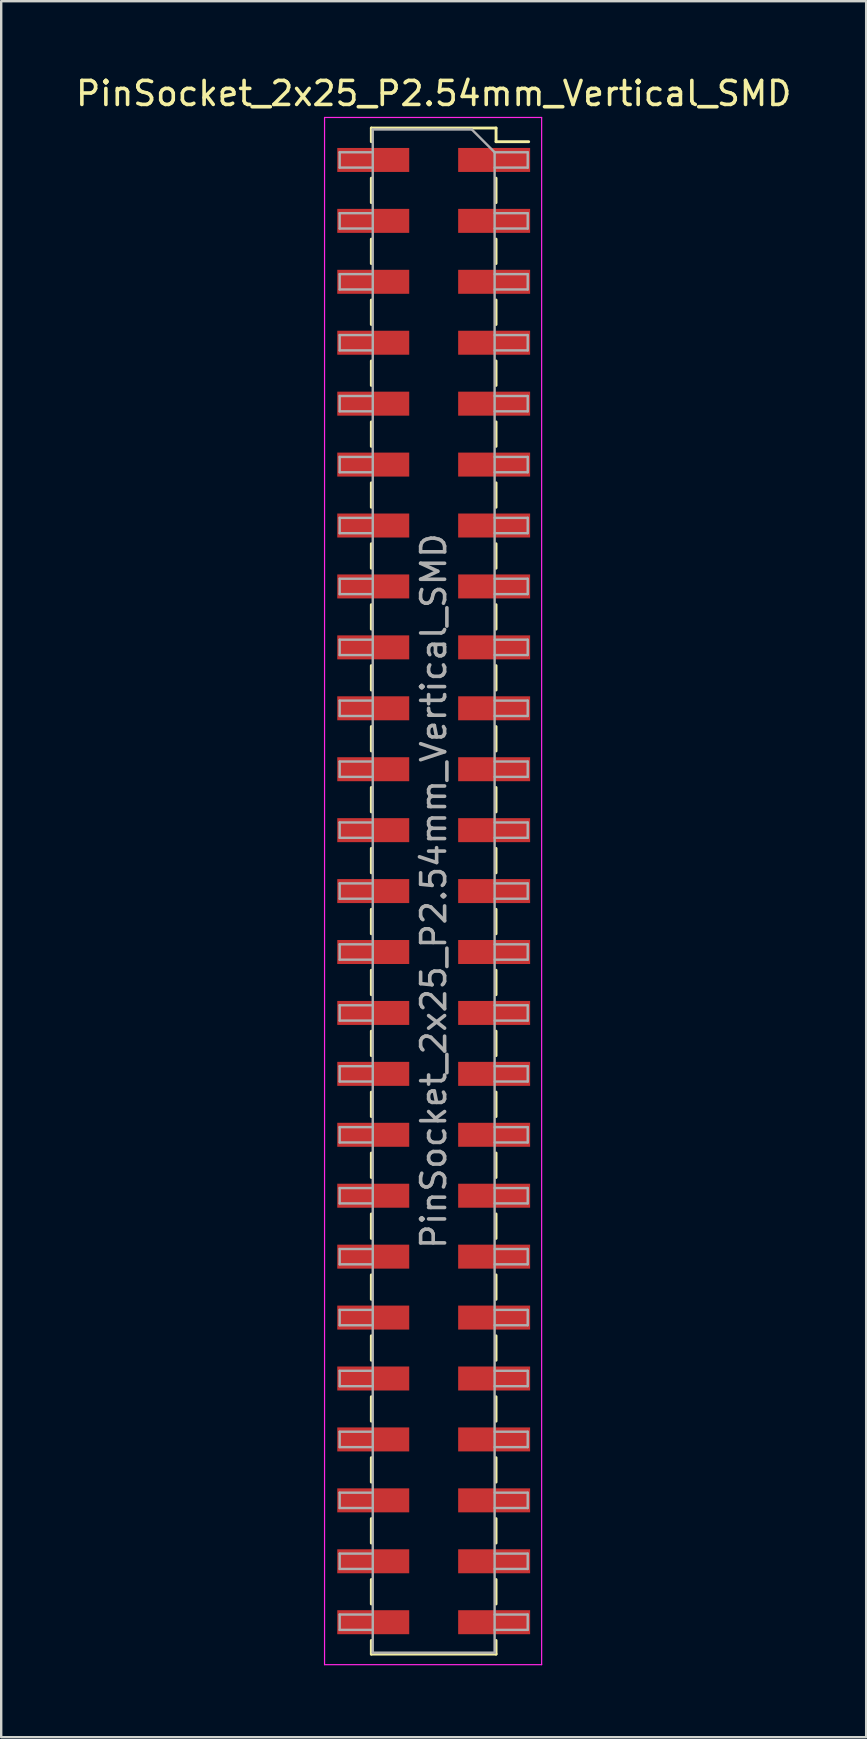
<source format=kicad_pcb>
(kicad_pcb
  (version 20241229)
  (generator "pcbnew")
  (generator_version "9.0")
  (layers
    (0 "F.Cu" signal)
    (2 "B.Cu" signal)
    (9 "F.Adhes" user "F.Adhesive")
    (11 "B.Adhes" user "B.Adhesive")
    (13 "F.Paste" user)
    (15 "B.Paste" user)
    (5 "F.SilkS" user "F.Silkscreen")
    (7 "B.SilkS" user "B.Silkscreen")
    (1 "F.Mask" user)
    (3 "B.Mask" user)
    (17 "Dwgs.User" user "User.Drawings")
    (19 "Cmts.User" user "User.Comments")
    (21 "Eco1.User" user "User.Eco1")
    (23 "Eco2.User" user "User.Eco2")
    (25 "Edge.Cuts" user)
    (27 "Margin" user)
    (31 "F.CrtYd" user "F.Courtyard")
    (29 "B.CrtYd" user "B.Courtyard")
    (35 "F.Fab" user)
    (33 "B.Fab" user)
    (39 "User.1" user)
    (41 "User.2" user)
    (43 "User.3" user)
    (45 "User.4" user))
  (footprint "PinSocket_2x25_P2.54mm_Vertical_SMD"
    (layer "F.Cu")
    (at 15.03 34.098)
    (property "Reference" "PinSocket_2x25_P2.54mm_Vertical_SMD" (at 0 -33.25 0) (layer "F.SilkS") (effects (font (size 1 1) (thickness 0.15))))
    (attr smd)
    (fp_line (start -2.6 -31.81) (end -2.6 -31.24) (stroke (width 0.12) (type solid)) (layer "F.SilkS"))
    (fp_line (start -2.6 -31.81) (end 2.6 -31.81) (stroke (width 0.12) (type solid)) (layer "F.SilkS"))
    (fp_line (start -2.6 -29.72) (end -2.6 -28.7) (stroke (width 0.12) (type solid)) (layer "F.SilkS"))
    (fp_line (start -2.6 -27.18) (end -2.6 -26.16) (stroke (width 0.12) (type solid)) (layer "F.SilkS"))
    (fp_line (start -2.6 -24.64) (end -2.6 -23.62) (stroke (width 0.12) (type solid)) (layer "F.SilkS"))
    (fp_line (start -2.6 -22.1) (end -2.6 -21.08) (stroke (width 0.12) (type solid)) (layer "F.SilkS"))
    (fp_line (start -2.6 -19.56) (end -2.6 -18.54) (stroke (width 0.12) (type solid)) (layer "F.SilkS"))
    (fp_line (start -2.6 -17.02) (end -2.6 -16) (stroke (width 0.12) (type solid)) (layer "F.SilkS"))
    (fp_line (start -2.6 -14.48) (end -2.6 -13.46) (stroke (width 0.12) (type solid)) (layer "F.SilkS"))
    (fp_line (start -2.6 -11.94) (end -2.6 -10.92) (stroke (width 0.12) (type solid)) (layer "F.SilkS"))
    (fp_line (start -2.6 -9.4) (end -2.6 -8.38) (stroke (width 0.12) (type solid)) (layer "F.SilkS"))
    (fp_line (start -2.6 -6.86) (end -2.6 -5.84) (stroke (width 0.12) (type solid)) (layer "F.SilkS"))
    (fp_line (start -2.6 -4.32) (end -2.6 -3.3) (stroke (width 0.12) (type solid)) (layer "F.SilkS"))
    (fp_line (start -2.6 -1.78) (end -2.6 -0.76) (stroke (width 0.12) (type solid)) (layer "F.SilkS"))
    (fp_line (start -2.6 0.76) (end -2.6 1.78) (stroke (width 0.12) (type solid)) (layer "F.SilkS"))
    (fp_line (start -2.6 3.3) (end -2.6 4.32) (stroke (width 0.12) (type solid)) (layer "F.SilkS"))
    (fp_line (start -2.6 5.84) (end -2.6 6.86) (stroke (width 0.12) (type solid)) (layer "F.SilkS"))
    (fp_line (start -2.6 8.38) (end -2.6 9.4) (stroke (width 0.12) (type solid)) (layer "F.SilkS"))
    (fp_line (start -2.6 10.92) (end -2.6 11.94) (stroke (width 0.12) (type solid)) (layer "F.SilkS"))
    (fp_line (start -2.6 13.46) (end -2.6 14.48) (stroke (width 0.12) (type solid)) (layer "F.SilkS"))
    (fp_line (start -2.6 16) (end -2.6 17.02) (stroke (width 0.12) (type solid)) (layer "F.SilkS"))
    (fp_line (start -2.6 18.54) (end -2.6 19.56) (stroke (width 0.12) (type solid)) (layer "F.SilkS"))
    (fp_line (start -2.6 21.08) (end -2.6 22.1) (stroke (width 0.12) (type solid)) (layer "F.SilkS"))
    (fp_line (start -2.6 23.62) (end -2.6 24.64) (stroke (width 0.12) (type solid)) (layer "F.SilkS"))
    (fp_line (start -2.6 26.16) (end -2.6 27.18) (stroke (width 0.12) (type solid)) (layer "F.SilkS"))
    (fp_line (start -2.6 28.7) (end -2.6 29.72) (stroke (width 0.12) (type solid)) (layer "F.SilkS"))
    (fp_line (start -2.6 31.24) (end -2.6 31.81) (stroke (width 0.12) (type solid)) (layer "F.SilkS"))
    (fp_line (start -2.6 31.81) (end 2.6 31.81) (stroke (width 0.12) (type solid)) (layer "F.SilkS"))
    (fp_line (start 2.6 -31.81) (end 2.6 -31.24) (stroke (width 0.12) (type solid)) (layer "F.SilkS"))
    (fp_line (start 2.6 -31.24) (end 3.96 -31.24) (stroke (width 0.12) (type solid)) (layer "F.SilkS"))
    (fp_line (start 2.6 -29.72) (end 2.6 -28.7) (stroke (width 0.12) (type solid)) (layer "F.SilkS"))
    (fp_line (start 2.6 -27.18) (end 2.6 -26.16) (stroke (width 0.12) (type solid)) (layer "F.SilkS"))
    (fp_line (start 2.6 -24.64) (end 2.6 -23.62) (stroke (width 0.12) (type solid)) (layer "F.SilkS"))
    (fp_line (start 2.6 -22.1) (end 2.6 -21.08) (stroke (width 0.12) (type solid)) (layer "F.SilkS"))
    (fp_line (start 2.6 -19.56) (end 2.6 -18.54) (stroke (width 0.12) (type solid)) (layer "F.SilkS"))
    (fp_line (start 2.6 -17.02) (end 2.6 -16) (stroke (width 0.12) (type solid)) (layer "F.SilkS"))
    (fp_line (start 2.6 -14.48) (end 2.6 -13.46) (stroke (width 0.12) (type solid)) (layer "F.SilkS"))
    (fp_line (start 2.6 -11.94) (end 2.6 -10.92) (stroke (width 0.12) (type solid)) (layer "F.SilkS"))
    (fp_line (start 2.6 -9.4) (end 2.6 -8.38) (stroke (width 0.12) (type solid)) (layer "F.SilkS"))
    (fp_line (start 2.6 -6.86) (end 2.6 -5.84) (stroke (width 0.12) (type solid)) (layer "F.SilkS"))
    (fp_line (start 2.6 -4.32) (end 2.6 -3.3) (stroke (width 0.12) (type solid)) (layer "F.SilkS"))
    (fp_line (start 2.6 -1.78) (end 2.6 -0.76) (stroke (width 0.12) (type solid)) (layer "F.SilkS"))
    (fp_line (start 2.6 0.76) (end 2.6 1.78) (stroke (width 0.12) (type solid)) (layer "F.SilkS"))
    (fp_line (start 2.6 3.3) (end 2.6 4.32) (stroke (width 0.12) (type solid)) (layer "F.SilkS"))
    (fp_line (start 2.6 5.84) (end 2.6 6.86) (stroke (width 0.12) (type solid)) (layer "F.SilkS"))
    (fp_line (start 2.6 8.38) (end 2.6 9.4) (stroke (width 0.12) (type solid)) (layer "F.SilkS"))
    (fp_line (start 2.6 10.92) (end 2.6 11.94) (stroke (width 0.12) (type solid)) (layer "F.SilkS"))
    (fp_line (start 2.6 13.46) (end 2.6 14.48) (stroke (width 0.12) (type solid)) (layer "F.SilkS"))
    (fp_line (start 2.6 16) (end 2.6 17.02) (stroke (width 0.12) (type solid)) (layer "F.SilkS"))
    (fp_line (start 2.6 18.54) (end 2.6 19.56) (stroke (width 0.12) (type solid)) (layer "F.SilkS"))
    (fp_line (start 2.6 21.08) (end 2.6 22.1) (stroke (width 0.12) (type solid)) (layer "F.SilkS"))
    (fp_line (start 2.6 23.62) (end 2.6 24.64) (stroke (width 0.12) (type solid)) (layer "F.SilkS"))
    (fp_line (start 2.6 26.16) (end 2.6 27.18) (stroke (width 0.12) (type solid)) (layer "F.SilkS"))
    (fp_line (start 2.6 28.7) (end 2.6 29.72) (stroke (width 0.12) (type solid)) (layer "F.SilkS"))
    (fp_line (start 2.6 31.24) (end 2.6 31.81) (stroke (width 0.12) (type solid)) (layer "F.SilkS"))
    (fp_line (start -4.55 -32.25) (end 4.5 -32.25) (stroke (width 0.05) (type solid)) (layer "F.CrtYd"))
    (fp_line (start -4.55 32.25) (end -4.55 -32.25) (stroke (width 0.05) (type solid)) (layer "F.CrtYd"))
    (fp_line (start 4.5 -32.25) (end 4.5 32.25) (stroke (width 0.05) (type solid)) (layer "F.CrtYd"))
    (fp_line (start 4.5 32.25) (end -4.55 32.25) (stroke (width 0.05) (type solid)) (layer "F.CrtYd"))
    (fp_line (start -3.92 -30.8) (end -2.54 -30.8) (stroke (width 0.1) (type solid)) (layer "F.Fab"))
    (fp_line (start -3.92 -30.16) (end -3.92 -30.8) (stroke (width 0.1) (type solid)) (layer "F.Fab"))
    (fp_line (start -3.92 -28.26) (end -2.54 -28.26) (stroke (width 0.1) (type solid)) (layer "F.Fab"))
    (fp_line (start -3.92 -27.62) (end -3.92 -28.26) (stroke (width 0.1) (type solid)) (layer "F.Fab"))
    (fp_line (start -3.92 -25.72) (end -2.54 -25.72) (stroke (width 0.1) (type solid)) (layer "F.Fab"))
    (fp_line (start -3.92 -25.08) (end -3.92 -25.72) (stroke (width 0.1) (type solid)) (layer "F.Fab"))
    (fp_line (start -3.92 -23.18) (end -2.54 -23.18) (stroke (width 0.1) (type solid)) (layer "F.Fab"))
    (fp_line (start -3.92 -22.54) (end -3.92 -23.18) (stroke (width 0.1) (type solid)) (layer "F.Fab"))
    (fp_line (start -3.92 -20.64) (end -2.54 -20.64) (stroke (width 0.1) (type solid)) (layer "F.Fab"))
    (fp_line (start -3.92 -20) (end -3.92 -20.64) (stroke (width 0.1) (type solid)) (layer "F.Fab"))
    (fp_line (start -3.92 -18.1) (end -2.54 -18.1) (stroke (width 0.1) (type solid)) (layer "F.Fab"))
    (fp_line (start -3.92 -17.46) (end -3.92 -18.1) (stroke (width 0.1) (type solid)) (layer "F.Fab"))
    (fp_line (start -3.92 -15.56) (end -2.54 -15.56) (stroke (width 0.1) (type solid)) (layer "F.Fab"))
    (fp_line (start -3.92 -14.92) (end -3.92 -15.56) (stroke (width 0.1) (type solid)) (layer "F.Fab"))
    (fp_line (start -3.92 -13.02) (end -2.54 -13.02) (stroke (width 0.1) (type solid)) (layer "F.Fab"))
    (fp_line (start -3.92 -12.38) (end -3.92 -13.02) (stroke (width 0.1) (type solid)) (layer "F.Fab"))
    (fp_line (start -3.92 -10.48) (end -2.54 -10.48) (stroke (width 0.1) (type solid)) (layer "F.Fab"))
    (fp_line (start -3.92 -9.84) (end -3.92 -10.48) (stroke (width 0.1) (type solid)) (layer "F.Fab"))
    (fp_line (start -3.92 -7.94) (end -2.54 -7.94) (stroke (width 0.1) (type solid)) (layer "F.Fab"))
    (fp_line (start -3.92 -7.3) (end -3.92 -7.94) (stroke (width 0.1) (type solid)) (layer "F.Fab"))
    (fp_line (start -3.92 -5.4) (end -2.54 -5.4) (stroke (width 0.1) (type solid)) (layer "F.Fab"))
    (fp_line (start -3.92 -4.76) (end -3.92 -5.4) (stroke (width 0.1) (type solid)) (layer "F.Fab"))
    (fp_line (start -3.92 -2.86) (end -2.54 -2.86) (stroke (width 0.1) (type solid)) (layer "F.Fab"))
    (fp_line (start -3.92 -2.22) (end -3.92 -2.86) (stroke (width 0.1) (type solid)) (layer "F.Fab"))
    (fp_line (start -3.92 -0.32) (end -2.54 -0.32) (stroke (width 0.1) (type solid)) (layer "F.Fab"))
    (fp_line (start -3.92 0.32) (end -3.92 -0.32) (stroke (width 0.1) (type solid)) (layer "F.Fab"))
    (fp_line (start -3.92 2.22) (end -2.54 2.22) (stroke (width 0.1) (type solid)) (layer "F.Fab"))
    (fp_line (start -3.92 2.86) (end -3.92 2.22) (stroke (width 0.1) (type solid)) (layer "F.Fab"))
    (fp_line (start -3.92 4.76) (end -2.54 4.76) (stroke (width 0.1) (type solid)) (layer "F.Fab"))
    (fp_line (start -3.92 5.4) (end -3.92 4.76) (stroke (width 0.1) (type solid)) (layer "F.Fab"))
    (fp_line (start -3.92 7.3) (end -2.54 7.3) (stroke (width 0.1) (type solid)) (layer "F.Fab"))
    (fp_line (start -3.92 7.94) (end -3.92 7.3) (stroke (width 0.1) (type solid)) (layer "F.Fab"))
    (fp_line (start -3.92 9.84) (end -2.54 9.84) (stroke (width 0.1) (type solid)) (layer "F.Fab"))
    (fp_line (start -3.92 10.48) (end -3.92 9.84) (stroke (width 0.1) (type solid)) (layer "F.Fab"))
    (fp_line (start -3.92 12.38) (end -2.54 12.38) (stroke (width 0.1) (type solid)) (layer "F.Fab"))
    (fp_line (start -3.92 13.02) (end -3.92 12.38) (stroke (width 0.1) (type solid)) (layer "F.Fab"))
    (fp_line (start -3.92 14.92) (end -2.54 14.92) (stroke (width 0.1) (type solid)) (layer "F.Fab"))
    (fp_line (start -3.92 15.56) (end -3.92 14.92) (stroke (width 0.1) (type solid)) (layer "F.Fab"))
    (fp_line (start -3.92 17.46) (end -2.54 17.46) (stroke (width 0.1) (type solid)) (layer "F.Fab"))
    (fp_line (start -3.92 18.1) (end -3.92 17.46) (stroke (width 0.1) (type solid)) (layer "F.Fab"))
    (fp_line (start -3.92 20) (end -2.54 20) (stroke (width 0.1) (type solid)) (layer "F.Fab"))
    (fp_line (start -3.92 20.64) (end -3.92 20) (stroke (width 0.1) (type solid)) (layer "F.Fab"))
    (fp_line (start -3.92 22.54) (end -2.54 22.54) (stroke (width 0.1) (type solid)) (layer "F.Fab"))
    (fp_line (start -3.92 23.18) (end -3.92 22.54) (stroke (width 0.1) (type solid)) (layer "F.Fab"))
    (fp_line (start -3.92 25.08) (end -2.54 25.08) (stroke (width 0.1) (type solid)) (layer "F.Fab"))
    (fp_line (start -3.92 25.72) (end -3.92 25.08) (stroke (width 0.1) (type solid)) (layer "F.Fab"))
    (fp_line (start -3.92 27.62) (end -2.54 27.62) (stroke (width 0.1) (type solid)) (layer "F.Fab"))
    (fp_line (start -3.92 28.26) (end -3.92 27.62) (stroke (width 0.1) (type solid)) (layer "F.Fab"))
    (fp_line (start -3.92 30.16) (end -2.54 30.16) (stroke (width 0.1) (type solid)) (layer "F.Fab"))
    (fp_line (start -3.92 30.8) (end -3.92 30.16) (stroke (width 0.1) (type solid)) (layer "F.Fab"))
    (fp_line (start -2.54 -31.75) (end 1.59 -31.75) (stroke (width 0.1) (type solid)) (layer "F.Fab"))
    (fp_line (start -2.54 -30.16) (end -3.92 -30.16) (stroke (width 0.1) (type solid)) (layer "F.Fab"))
    (fp_line (start -2.54 -27.62) (end -3.92 -27.62) (stroke (width 0.1) (type solid)) (layer "F.Fab"))
    (fp_line (start -2.54 -25.08) (end -3.92 -25.08) (stroke (width 0.1) (type solid)) (layer "F.Fab"))
    (fp_line (start -2.54 -22.54) (end -3.92 -22.54) (stroke (width 0.1) (type solid)) (layer "F.Fab"))
    (fp_line (start -2.54 -20) (end -3.92 -20) (stroke (width 0.1) (type solid)) (layer "F.Fab"))
    (fp_line (start -2.54 -17.46) (end -3.92 -17.46) (stroke (width 0.1) (type solid)) (layer "F.Fab"))
    (fp_line (start -2.54 -14.92) (end -3.92 -14.92) (stroke (width 0.1) (type solid)) (layer "F.Fab"))
    (fp_line (start -2.54 -12.38) (end -3.92 -12.38) (stroke (width 0.1) (type solid)) (layer "F.Fab"))
    (fp_line (start -2.54 -9.84) (end -3.92 -9.84) (stroke (width 0.1) (type solid)) (layer "F.Fab"))
    (fp_line (start -2.54 -7.3) (end -3.92 -7.3) (stroke (width 0.1) (type solid)) (layer "F.Fab"))
    (fp_line (start -2.54 -4.76) (end -3.92 -4.76) (stroke (width 0.1) (type solid)) (layer "F.Fab"))
    (fp_line (start -2.54 -2.22) (end -3.92 -2.22) (stroke (width 0.1) (type solid)) (layer "F.Fab"))
    (fp_line (start -2.54 0.32) (end -3.92 0.32) (stroke (width 0.1) (type solid)) (layer "F.Fab"))
    (fp_line (start -2.54 2.86) (end -3.92 2.86) (stroke (width 0.1) (type solid)) (layer "F.Fab"))
    (fp_line (start -2.54 5.4) (end -3.92 5.4) (stroke (width 0.1) (type solid)) (layer "F.Fab"))
    (fp_line (start -2.54 7.94) (end -3.92 7.94) (stroke (width 0.1) (type solid)) (layer "F.Fab"))
    (fp_line (start -2.54 10.48) (end -3.92 10.48) (stroke (width 0.1) (type solid)) (layer "F.Fab"))
    (fp_line (start -2.54 13.02) (end -3.92 13.02) (stroke (width 0.1) (type solid)) (layer "F.Fab"))
    (fp_line (start -2.54 15.56) (end -3.92 15.56) (stroke (width 0.1) (type solid)) (layer "F.Fab"))
    (fp_line (start -2.54 18.1) (end -3.92 18.1) (stroke (width 0.1) (type solid)) (layer "F.Fab"))
    (fp_line (start -2.54 20.64) (end -3.92 20.64) (stroke (width 0.1) (type solid)) (layer "F.Fab"))
    (fp_line (start -2.54 23.18) (end -3.92 23.18) (stroke (width 0.1) (type solid)) (layer "F.Fab"))
    (fp_line (start -2.54 25.72) (end -3.92 25.72) (stroke (width 0.1) (type solid)) (layer "F.Fab"))
    (fp_line (start -2.54 28.26) (end -3.92 28.26) (stroke (width 0.1) (type solid)) (layer "F.Fab"))
    (fp_line (start -2.54 30.8) (end -3.92 30.8) (stroke (width 0.1) (type solid)) (layer "F.Fab"))
    (fp_line (start -2.54 31.75) (end -2.54 -31.75) (stroke (width 0.1) (type solid)) (layer "F.Fab"))
    (fp_line (start 1.59 -31.75) (end 2.54 -30.8) (stroke (width 0.1) (type solid)) (layer "F.Fab"))
    (fp_line (start 2.54 -30.8) (end 2.54 31.75) (stroke (width 0.1) (type solid)) (layer "F.Fab"))
    (fp_line (start 2.54 -30.8) (end 3.92 -30.8) (stroke (width 0.1) (type solid)) (layer "F.Fab"))
    (fp_line (start 2.54 -28.26) (end 3.92 -28.26) (stroke (width 0.1) (type solid)) (layer "F.Fab"))
    (fp_line (start 2.54 -25.72) (end 3.92 -25.72) (stroke (width 0.1) (type solid)) (layer "F.Fab"))
    (fp_line (start 2.54 -23.18) (end 3.92 -23.18) (stroke (width 0.1) (type solid)) (layer "F.Fab"))
    (fp_line (start 2.54 -20.64) (end 3.92 -20.64) (stroke (width 0.1) (type solid)) (layer "F.Fab"))
    (fp_line (start 2.54 -18.1) (end 3.92 -18.1) (stroke (width 0.1) (type solid)) (layer "F.Fab"))
    (fp_line (start 2.54 -15.56) (end 3.92 -15.56) (stroke (width 0.1) (type solid)) (layer "F.Fab"))
    (fp_line (start 2.54 -13.02) (end 3.92 -13.02) (stroke (width 0.1) (type solid)) (layer "F.Fab"))
    (fp_line (start 2.54 -10.48) (end 3.92 -10.48) (stroke (width 0.1) (type solid)) (layer "F.Fab"))
    (fp_line (start 2.54 -7.94) (end 3.92 -7.94) (stroke (width 0.1) (type solid)) (layer "F.Fab"))
    (fp_line (start 2.54 -5.4) (end 3.92 -5.4) (stroke (width 0.1) (type solid)) (layer "F.Fab"))
    (fp_line (start 2.54 -2.86) (end 3.92 -2.86) (stroke (width 0.1) (type solid)) (layer "F.Fab"))
    (fp_line (start 2.54 -0.32) (end 3.92 -0.32) (stroke (width 0.1) (type solid)) (layer "F.Fab"))
    (fp_line (start 2.54 2.22) (end 3.92 2.22) (stroke (width 0.1) (type solid)) (layer "F.Fab"))
    (fp_line (start 2.54 4.76) (end 3.92 4.76) (stroke (width 0.1) (type solid)) (layer "F.Fab"))
    (fp_line (start 2.54 7.3) (end 3.92 7.3) (stroke (width 0.1) (type solid)) (layer "F.Fab"))
    (fp_line (start 2.54 9.84) (end 3.92 9.84) (stroke (width 0.1) (type solid)) (layer "F.Fab"))
    (fp_line (start 2.54 12.38) (end 3.92 12.38) (stroke (width 0.1) (type solid)) (layer "F.Fab"))
    (fp_line (start 2.54 14.92) (end 3.92 14.92) (stroke (width 0.1) (type solid)) (layer "F.Fab"))
    (fp_line (start 2.54 17.46) (end 3.92 17.46) (stroke (width 0.1) (type solid)) (layer "F.Fab"))
    (fp_line (start 2.54 20) (end 3.92 20) (stroke (width 0.1) (type solid)) (layer "F.Fab"))
    (fp_line (start 2.54 22.54) (end 3.92 22.54) (stroke (width 0.1) (type solid)) (layer "F.Fab"))
    (fp_line (start 2.54 25.08) (end 3.92 25.08) (stroke (width 0.1) (type solid)) (layer "F.Fab"))
    (fp_line (start 2.54 27.62) (end 3.92 27.62) (stroke (width 0.1) (type solid)) (layer "F.Fab"))
    (fp_line (start 2.54 30.16) (end 3.92 30.16) (stroke (width 0.1) (type solid)) (layer "F.Fab"))
    (fp_line (start 2.54 31.75) (end -2.54 31.75) (stroke (width 0.1) (type solid)) (layer "F.Fab"))
    (fp_line (start 3.92 -30.8) (end 3.92 -30.16) (stroke (width 0.1) (type solid)) (layer "F.Fab"))
    (fp_line (start 3.92 -30.16) (end 2.54 -30.16) (stroke (width 0.1) (type solid)) (layer "F.Fab"))
    (fp_line (start 3.92 -28.26) (end 3.92 -27.62) (stroke (width 0.1) (type solid)) (layer "F.Fab"))
    (fp_line (start 3.92 -27.62) (end 2.54 -27.62) (stroke (width 0.1) (type solid)) (layer "F.Fab"))
    (fp_line (start 3.92 -25.72) (end 3.92 -25.08) (stroke (width 0.1) (type solid)) (layer "F.Fab"))
    (fp_line (start 3.92 -25.08) (end 2.54 -25.08) (stroke (width 0.1) (type solid)) (layer "F.Fab"))
    (fp_line (start 3.92 -23.18) (end 3.92 -22.54) (stroke (width 0.1) (type solid)) (layer "F.Fab"))
    (fp_line (start 3.92 -22.54) (end 2.54 -22.54) (stroke (width 0.1) (type solid)) (layer "F.Fab"))
    (fp_line (start 3.92 -20.64) (end 3.92 -20) (stroke (width 0.1) (type solid)) (layer "F.Fab"))
    (fp_line (start 3.92 -20) (end 2.54 -20) (stroke (width 0.1) (type solid)) (layer "F.Fab"))
    (fp_line (start 3.92 -18.1) (end 3.92 -17.46) (stroke (width 0.1) (type solid)) (layer "F.Fab"))
    (fp_line (start 3.92 -17.46) (end 2.54 -17.46) (stroke (width 0.1) (type solid)) (layer "F.Fab"))
    (fp_line (start 3.92 -15.56) (end 3.92 -14.92) (stroke (width 0.1) (type solid)) (layer "F.Fab"))
    (fp_line (start 3.92 -14.92) (end 2.54 -14.92) (stroke (width 0.1) (type solid)) (layer "F.Fab"))
    (fp_line (start 3.92 -13.02) (end 3.92 -12.38) (stroke (width 0.1) (type solid)) (layer "F.Fab"))
    (fp_line (start 3.92 -12.38) (end 2.54 -12.38) (stroke (width 0.1) (type solid)) (layer "F.Fab"))
    (fp_line (start 3.92 -10.48) (end 3.92 -9.84) (stroke (width 0.1) (type solid)) (layer "F.Fab"))
    (fp_line (start 3.92 -9.84) (end 2.54 -9.84) (stroke (width 0.1) (type solid)) (layer "F.Fab"))
    (fp_line (start 3.92 -7.94) (end 3.92 -7.3) (stroke (width 0.1) (type solid)) (layer "F.Fab"))
    (fp_line (start 3.92 -7.3) (end 2.54 -7.3) (stroke (width 0.1) (type solid)) (layer "F.Fab"))
    (fp_line (start 3.92 -5.4) (end 3.92 -4.76) (stroke (width 0.1) (type solid)) (layer "F.Fab"))
    (fp_line (start 3.92 -4.76) (end 2.54 -4.76) (stroke (width 0.1) (type solid)) (layer "F.Fab"))
    (fp_line (start 3.92 -2.86) (end 3.92 -2.22) (stroke (width 0.1) (type solid)) (layer "F.Fab"))
    (fp_line (start 3.92 -2.22) (end 2.54 -2.22) (stroke (width 0.1) (type solid)) (layer "F.Fab"))
    (fp_line (start 3.92 -0.32) (end 3.92 0.32) (stroke (width 0.1) (type solid)) (layer "F.Fab"))
    (fp_line (start 3.92 0.32) (end 2.54 0.32) (stroke (width 0.1) (type solid)) (layer "F.Fab"))
    (fp_line (start 3.92 2.22) (end 3.92 2.86) (stroke (width 0.1) (type solid)) (layer "F.Fab"))
    (fp_line (start 3.92 2.86) (end 2.54 2.86) (stroke (width 0.1) (type solid)) (layer "F.Fab"))
    (fp_line (start 3.92 4.76) (end 3.92 5.4) (stroke (width 0.1) (type solid)) (layer "F.Fab"))
    (fp_line (start 3.92 5.4) (end 2.54 5.4) (stroke (width 0.1) (type solid)) (layer "F.Fab"))
    (fp_line (start 3.92 7.3) (end 3.92 7.94) (stroke (width 0.1) (type solid)) (layer "F.Fab"))
    (fp_line (start 3.92 7.94) (end 2.54 7.94) (stroke (width 0.1) (type solid)) (layer "F.Fab"))
    (fp_line (start 3.92 9.84) (end 3.92 10.48) (stroke (width 0.1) (type solid)) (layer "F.Fab"))
    (fp_line (start 3.92 10.48) (end 2.54 10.48) (stroke (width 0.1) (type solid)) (layer "F.Fab"))
    (fp_line (start 3.92 12.38) (end 3.92 13.02) (stroke (width 0.1) (type solid)) (layer "F.Fab"))
    (fp_line (start 3.92 13.02) (end 2.54 13.02) (stroke (width 0.1) (type solid)) (layer "F.Fab"))
    (fp_line (start 3.92 14.92) (end 3.92 15.56) (stroke (width 0.1) (type solid)) (layer "F.Fab"))
    (fp_line (start 3.92 15.56) (end 2.54 15.56) (stroke (width 0.1) (type solid)) (layer "F.Fab"))
    (fp_line (start 3.92 17.46) (end 3.92 18.1) (stroke (width 0.1) (type solid)) (layer "F.Fab"))
    (fp_line (start 3.92 18.1) (end 2.54 18.1) (stroke (width 0.1) (type solid)) (layer "F.Fab"))
    (fp_line (start 3.92 20) (end 3.92 20.64) (stroke (width 0.1) (type solid)) (layer "F.Fab"))
    (fp_line (start 3.92 20.64) (end 2.54 20.64) (stroke (width 0.1) (type solid)) (layer "F.Fab"))
    (fp_line (start 3.92 22.54) (end 3.92 23.18) (stroke (width 0.1) (type solid)) (layer "F.Fab"))
    (fp_line (start 3.92 23.18) (end 2.54 23.18) (stroke (width 0.1) (type solid)) (layer "F.Fab"))
    (fp_line (start 3.92 25.08) (end 3.92 25.72) (stroke (width 0.1) (type solid)) (layer "F.Fab"))
    (fp_line (start 3.92 25.72) (end 2.54 25.72) (stroke (width 0.1) (type solid)) (layer "F.Fab"))
    (fp_line (start 3.92 27.62) (end 3.92 28.26) (stroke (width 0.1) (type solid)) (layer "F.Fab"))
    (fp_line (start 3.92 28.26) (end 2.54 28.26) (stroke (width 0.1) (type solid)) (layer "F.Fab"))
    (fp_line (start 3.92 30.16) (end 3.92 30.8) (stroke (width 0.1) (type solid)) (layer "F.Fab"))
    (fp_line (start 3.92 30.8) (end 2.54 30.8) (stroke (width 0.1) (type solid)) (layer "F.Fab"))
    (fp_text user "${REFERENCE}" (at 0 0 90) (layer "F.Fab") (effects (font (size 1 1) (thickness 0.15))))
    (pad "1" smd rect (at 2.52 -30.48) (size 3 1) (layers "F.Cu" "F.Mask" "F.Paste"))
    (pad "2" smd rect (at -2.52 -30.48) (size 3 1) (layers "F.Cu" "F.Mask" "F.Paste"))
    (pad "3" smd rect (at 2.52 -27.94) (size 3 1) (layers "F.Cu" "F.Mask" "F.Paste"))
    (pad "4" smd rect (at -2.52 -27.94) (size 3 1) (layers "F.Cu" "F.Mask" "F.Paste"))
    (pad "5" smd rect (at 2.52 -25.4) (size 3 1) (layers "F.Cu" "F.Mask" "F.Paste"))
    (pad "6" smd rect (at -2.52 -25.4) (size 3 1) (layers "F.Cu" "F.Mask" "F.Paste"))
    (pad "7" smd rect (at 2.52 -22.86) (size 3 1) (layers "F.Cu" "F.Mask" "F.Paste"))
    (pad "8" smd rect (at -2.52 -22.86) (size 3 1) (layers "F.Cu" "F.Mask" "F.Paste"))
    (pad "9" smd rect (at 2.52 -20.32) (size 3 1) (layers "F.Cu" "F.Mask" "F.Paste"))
    (pad "10" smd rect (at -2.52 -20.32) (size 3 1) (layers "F.Cu" "F.Mask" "F.Paste"))
    (pad "11" smd rect (at 2.52 -17.78) (size 3 1) (layers "F.Cu" "F.Mask" "F.Paste"))
    (pad "12" smd rect (at -2.52 -17.78) (size 3 1) (layers "F.Cu" "F.Mask" "F.Paste"))
    (pad "13" smd rect (at 2.52 -15.24) (size 3 1) (layers "F.Cu" "F.Mask" "F.Paste"))
    (pad "14" smd rect (at -2.52 -15.24) (size 3 1) (layers "F.Cu" "F.Mask" "F.Paste"))
    (pad "15" smd rect (at 2.52 -12.7) (size 3 1) (layers "F.Cu" "F.Mask" "F.Paste"))
    (pad "16" smd rect (at -2.52 -12.7) (size 3 1) (layers "F.Cu" "F.Mask" "F.Paste"))
    (pad "17" smd rect (at 2.52 -10.16) (size 3 1) (layers "F.Cu" "F.Mask" "F.Paste"))
    (pad "18" smd rect (at -2.52 -10.16) (size 3 1) (layers "F.Cu" "F.Mask" "F.Paste"))
    (pad "19" smd rect (at 2.52 -7.62) (size 3 1) (layers "F.Cu" "F.Mask" "F.Paste"))
    (pad "20" smd rect (at -2.52 -7.62) (size 3 1) (layers "F.Cu" "F.Mask" "F.Paste"))
    (pad "21" smd rect (at 2.52 -5.08) (size 3 1) (layers "F.Cu" "F.Mask" "F.Paste"))
    (pad "22" smd rect (at -2.52 -5.08) (size 3 1) (layers "F.Cu" "F.Mask" "F.Paste"))
    (pad "23" smd rect (at 2.52 -2.54) (size 3 1) (layers "F.Cu" "F.Mask" "F.Paste"))
    (pad "24" smd rect (at -2.52 -2.54) (size 3 1) (layers "F.Cu" "F.Mask" "F.Paste"))
    (pad "25" smd rect (at 2.52 0) (size 3 1) (layers "F.Cu" "F.Mask" "F.Paste"))
    (pad "26" smd rect (at -2.52 0) (size 3 1) (layers "F.Cu" "F.Mask" "F.Paste"))
    (pad "27" smd rect (at 2.52 2.54) (size 3 1) (layers "F.Cu" "F.Mask" "F.Paste"))
    (pad "28" smd rect (at -2.52 2.54) (size 3 1) (layers "F.Cu" "F.Mask" "F.Paste"))
    (pad "29" smd rect (at 2.52 5.08) (size 3 1) (layers "F.Cu" "F.Mask" "F.Paste"))
    (pad "30" smd rect (at -2.52 5.08) (size 3 1) (layers "F.Cu" "F.Mask" "F.Paste"))
    (pad "31" smd rect (at 2.52 7.62) (size 3 1) (layers "F.Cu" "F.Mask" "F.Paste"))
    (pad "32" smd rect (at -2.52 7.62) (size 3 1) (layers "F.Cu" "F.Mask" "F.Paste"))
    (pad "33" smd rect (at 2.52 10.16) (size 3 1) (layers "F.Cu" "F.Mask" "F.Paste"))
    (pad "34" smd rect (at -2.52 10.16) (size 3 1) (layers "F.Cu" "F.Mask" "F.Paste"))
    (pad "35" smd rect (at 2.52 12.7) (size 3 1) (layers "F.Cu" "F.Mask" "F.Paste"))
    (pad "36" smd rect (at -2.52 12.7) (size 3 1) (layers "F.Cu" "F.Mask" "F.Paste"))
    (pad "37" smd rect (at 2.52 15.24) (size 3 1) (layers "F.Cu" "F.Mask" "F.Paste"))
    (pad "38" smd rect (at -2.52 15.24) (size 3 1) (layers "F.Cu" "F.Mask" "F.Paste"))
    (pad "39" smd rect (at 2.52 17.78) (size 3 1) (layers "F.Cu" "F.Mask" "F.Paste"))
    (pad "40" smd rect (at -2.52 17.78) (size 3 1) (layers "F.Cu" "F.Mask" "F.Paste"))
    (pad "41" smd rect (at 2.52 20.32) (size 3 1) (layers "F.Cu" "F.Mask" "F.Paste"))
    (pad "42" smd rect (at -2.52 20.32) (size 3 1) (layers "F.Cu" "F.Mask" "F.Paste"))
    (pad "43" smd rect (at 2.52 22.86) (size 3 1) (layers "F.Cu" "F.Mask" "F.Paste"))
    (pad "44" smd rect (at -2.52 22.86) (size 3 1) (layers "F.Cu" "F.Mask" "F.Paste"))
    (pad "45" smd rect (at 2.52 25.4) (size 3 1) (layers "F.Cu" "F.Mask" "F.Paste"))
    (pad "46" smd rect (at -2.52 25.4) (size 3 1) (layers "F.Cu" "F.Mask" "F.Paste"))
    (pad "47" smd rect (at 2.52 27.94) (size 3 1) (layers "F.Cu" "F.Mask" "F.Paste"))
    (pad "48" smd rect (at -2.52 27.94) (size 3 1) (layers "F.Cu" "F.Mask" "F.Paste"))
    (pad "49" smd rect (at 2.52 30.48) (size 3 1) (layers "F.Cu" "F.Mask" "F.Paste"))
    (pad "50" smd rect (at -2.52 30.48) (size 3 1) (layers "F.Cu" "F.Mask" "F.Paste")))
  (gr_rect
    (start -3 -3)
    (end 33.06 69.373)
    (stroke (width 0.1) (type default))
    (fill no)
    (layer "Edge.Cuts")))
</source>
